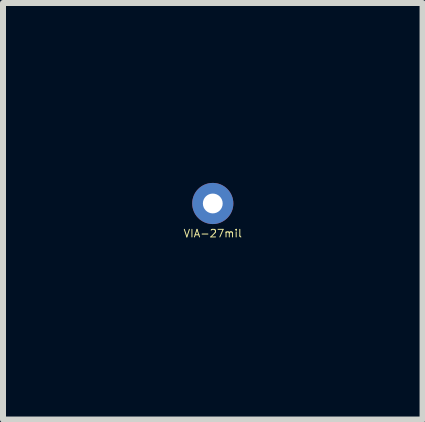
<source format=kicad_pcb>
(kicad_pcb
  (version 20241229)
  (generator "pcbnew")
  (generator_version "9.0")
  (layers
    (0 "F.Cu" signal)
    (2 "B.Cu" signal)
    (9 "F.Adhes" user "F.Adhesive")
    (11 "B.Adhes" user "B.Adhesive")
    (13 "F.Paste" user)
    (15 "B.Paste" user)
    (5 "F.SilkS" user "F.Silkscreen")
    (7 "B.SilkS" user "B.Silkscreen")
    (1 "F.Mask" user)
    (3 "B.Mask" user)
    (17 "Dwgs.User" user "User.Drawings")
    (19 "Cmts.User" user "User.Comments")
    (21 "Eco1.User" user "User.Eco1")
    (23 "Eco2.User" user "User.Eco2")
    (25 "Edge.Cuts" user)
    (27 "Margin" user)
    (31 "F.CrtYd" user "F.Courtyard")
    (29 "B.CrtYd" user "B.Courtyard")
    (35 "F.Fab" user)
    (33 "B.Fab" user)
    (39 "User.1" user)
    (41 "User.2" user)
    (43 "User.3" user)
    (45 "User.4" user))
  (footprint "VIA-27mil"
    (layer "F.Cu")
    (at 0.498 0.343)
    (property "Reference" "VIA-27mil" (at 0 0.5 0) (layer "F.SilkS") (effects (font (size 0.127 0.127) (thickness 0.000001))))
    (attr through_hole)
    (pad "1" thru_hole circle (at 0 0) (size 0.686 0.686) (drill 0.33) (layers "*.Cu")))
  (gr_rect
    (start -3 -3)
    (end 3.996 3.945)
    (stroke (width 0.1) (type default))
    (fill no)
    (layer "Edge.Cuts")))
</source>
